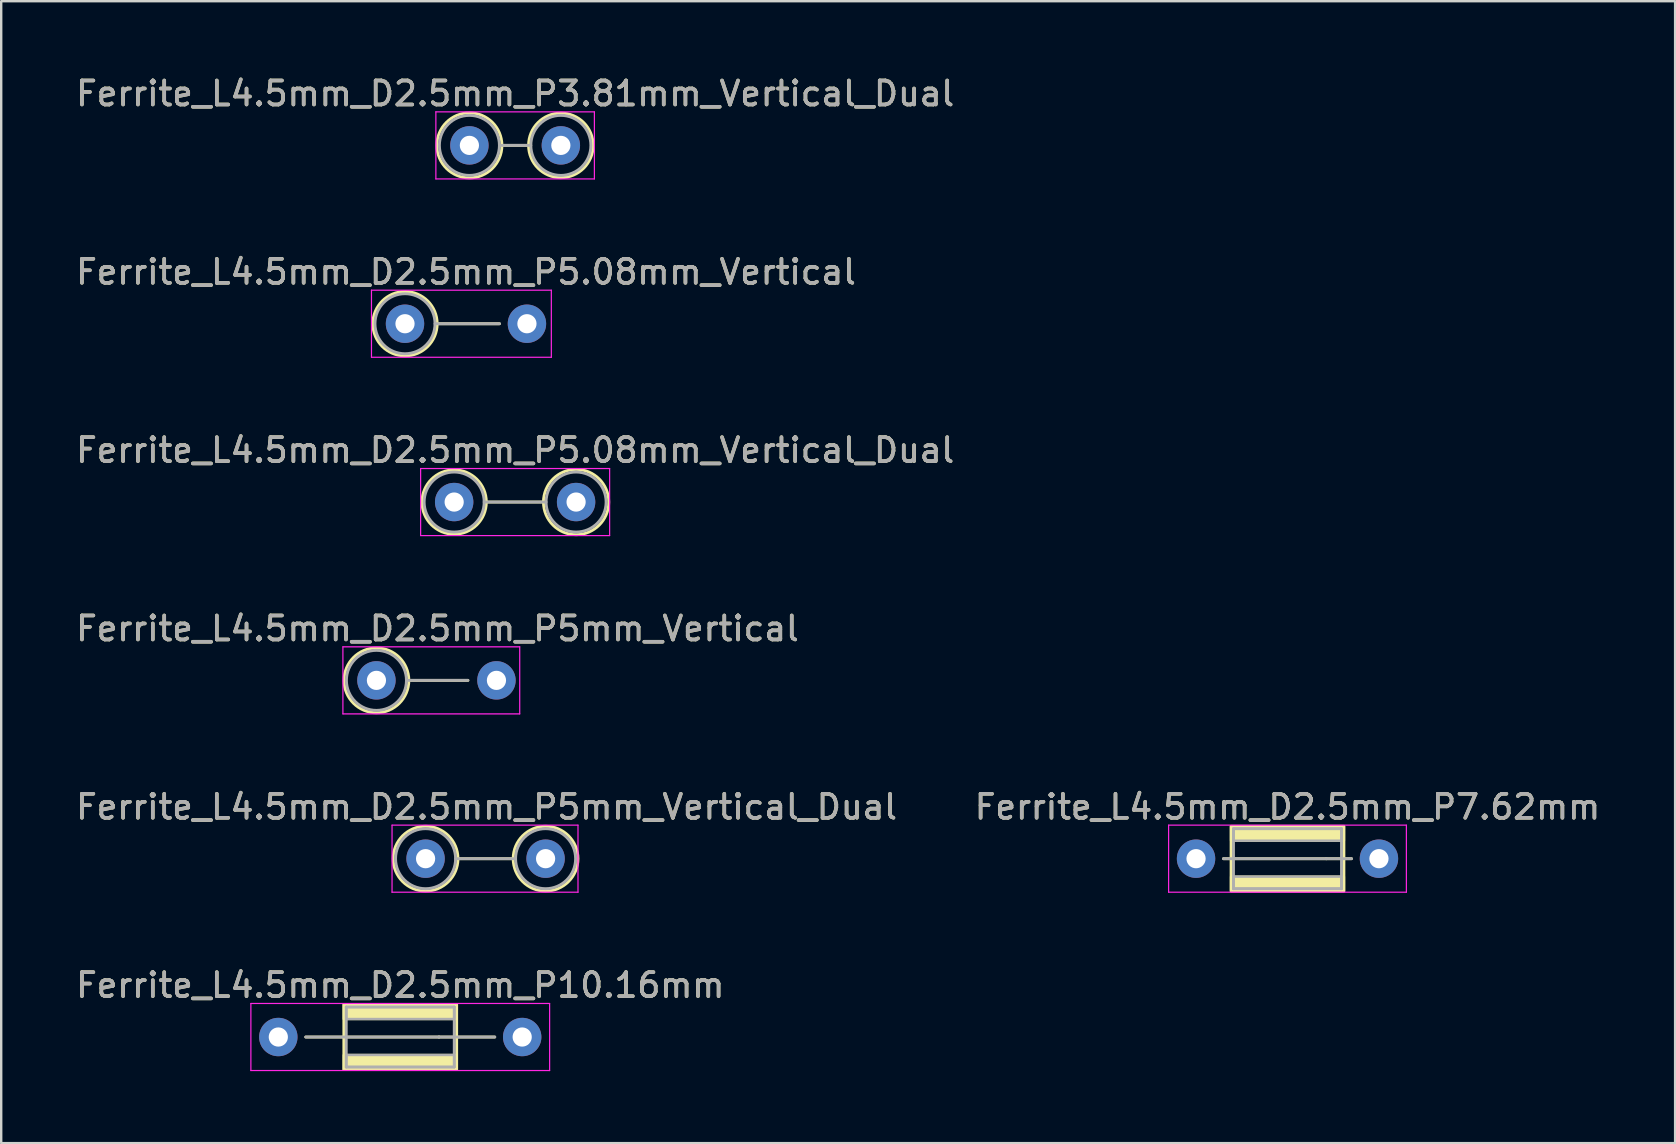
<source format=kicad_pcb>
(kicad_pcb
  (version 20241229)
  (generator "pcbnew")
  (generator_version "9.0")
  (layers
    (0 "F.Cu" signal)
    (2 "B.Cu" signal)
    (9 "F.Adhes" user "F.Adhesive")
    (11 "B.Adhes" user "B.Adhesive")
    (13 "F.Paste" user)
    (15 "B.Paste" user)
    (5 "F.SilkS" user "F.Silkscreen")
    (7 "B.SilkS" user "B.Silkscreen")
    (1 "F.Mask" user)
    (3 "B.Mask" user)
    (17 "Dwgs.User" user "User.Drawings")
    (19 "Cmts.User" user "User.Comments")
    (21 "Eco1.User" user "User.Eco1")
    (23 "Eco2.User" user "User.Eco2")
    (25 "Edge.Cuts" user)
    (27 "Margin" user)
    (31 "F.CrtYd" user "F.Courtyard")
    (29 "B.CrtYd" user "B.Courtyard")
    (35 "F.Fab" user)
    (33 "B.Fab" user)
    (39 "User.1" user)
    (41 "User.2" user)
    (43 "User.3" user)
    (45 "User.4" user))
  (footprint "Ferrite_L4.5mm_D2.5mm_P7.62mm"
    (layer "F.Cu")
    (at 46.779 32.724)
    (property "Reference" "Ferrite_L4.5mm_D2.5mm_P7.62mm" (at 3.81 -2.159 0) (layer "F.SilkS") (effects (font (size 1 1) (thickness 0.15))))
    (fp_line (start 5.424 0.000002) (end 1.143 0) (stroke (width 0.12) (type solid)) (layer "F.SilkS"))
    (fp_line (start 5.424 0.000002) (end 6.477 0) (stroke (width 0.12) (type solid)) (layer "F.SilkS"))
    (fp_rect (start 1.46 -1.35) (end 6.16 1.35) (stroke (width 0.12) (type solid)) (fill no) (layer "F.SilkS"))
    (fp_poly (pts (xy 6.16 -0.75) (xy 1.46 -0.75) (xy 1.46 -1.35) (xy 6.16 -1.35)) (stroke (width 0.1) (type solid)) (fill yes) (layer "F.SilkS"))
    (fp_poly (pts (xy 6.16 1.35) (xy 1.46 1.35) (xy 1.46 0.75) (xy 6.16 0.75)) (stroke (width 0.1) (type solid)) (fill yes) (layer "F.SilkS"))
    (fp_line (start -1.143 -1.397) (end 8.763 -1.397) (stroke (width 0.05) (type solid)) (layer "F.CrtYd"))
    (fp_line (start -1.143 1.397) (end -1.143 -1.397) (stroke (width 0.05) (type solid)) (layer "F.CrtYd"))
    (fp_line (start 8.763 -1.397) (end 8.763 1.397) (stroke (width 0.05) (type solid)) (layer "F.CrtYd"))
    (fp_line (start 8.763 1.397) (end -1.143 1.397) (stroke (width 0.05) (type solid)) (layer "F.CrtYd"))
    (fp_line (start 1.56 -1.25) (end 1.56 0) (stroke (width 0.12) (type solid)) (layer "F.Fab"))
    (fp_line (start 1.56 0) (end 1.56 1.25) (stroke (width 0.12) (type solid)) (layer "F.Fab"))
    (fp_line (start 1.56 1.25) (end 6.06 1.25) (stroke (width 0.12) (type solid)) (layer "F.Fab"))
    (fp_line (start 5.424 0.000002) (end 1.143 0) (stroke (width 0.12) (type solid)) (layer "F.Fab"))
    (fp_line (start 5.424 0.000002) (end 6.477 0) (stroke (width 0.12) (type solid)) (layer "F.Fab"))
    (fp_line (start 6.06 -1.25) (end 1.56 -1.25) (stroke (width 0.12) (type solid)) (layer "F.Fab"))
    (fp_line (start 6.06 1.25) (end 6.06 -1.25) (stroke (width 0.12) (type solid)) (layer "F.Fab"))
    (fp_poly (pts (xy 6.06 -0.75) (xy 1.56 -0.75) (xy 1.56 -1.25) (xy 6.06 -1.25)) (stroke (width 0.1) (type solid)) (fill no) (layer "F.Fab"))
    (fp_poly (pts (xy 6.06 1.25) (xy 1.56 1.25) (xy 1.56 0.75) (xy 6.06 0.75)) (stroke (width 0.1) (type solid)) (fill no) (layer "F.Fab"))
    (fp_text user "${REFERENCE}" (at 3.81 -2.158 0) (layer "F.Fab") (effects (font (size 1 1) (thickness 0.15))))
    (pad "1" thru_hole circle (at 0 0) (size 1.6 1.6) (drill 0.8) (layers "*.Cu" "*.Mask"))
    (pad "2" thru_hole circle (at 7.62 0) (size 1.6 1.6) (drill 0.8) (layers "*.Cu" "*.Mask")))
  (footprint "Ferrite_L4.5mm_D2.5mm_P5.08mm_Vertical"
    (layer "F.Cu")
    (at 13.823 10.437)
    (property "Reference" "Ferrite_L4.5mm_D2.5mm_P5.08mm_Vertical" (at 2.54 -2.159 0) (layer "F.SilkS") (effects (font (size 1 1) (thickness 0.15))))
    (fp_line (start 1.34 0) (end 3.937 0) (stroke (width 0.12) (type solid)) (layer "F.SilkS"))
    (fp_circle (center 0 0) (end 1.34 0) (stroke (width 0.12) (type solid)) (fill no) (layer "F.SilkS"))
    (fp_line (start -1.397 -1.397) (end 6.096 -1.397) (stroke (width 0.05) (type solid)) (layer "F.CrtYd"))
    (fp_line (start -1.397 1.397) (end -1.397 -1.397) (stroke (width 0.05) (type solid)) (layer "F.CrtYd"))
    (fp_line (start 6.096 -1.397) (end 6.096 1.397) (stroke (width 0.05) (type solid)) (layer "F.CrtYd"))
    (fp_line (start 6.096 1.397) (end -1.397 1.397) (stroke (width 0.05) (type solid)) (layer "F.CrtYd"))
    (fp_line (start 1.25 0) (end 3.937 0) (stroke (width 0.12) (type solid)) (layer "F.Fab"))
    (fp_circle (center 0 0) (end 1.25 0) (stroke (width 0.12) (type solid)) (fill no) (layer "F.Fab"))
    (fp_text user "${REFERENCE}" (at 2.54 -2.158 0) (layer "F.Fab") (effects (font (size 1 1) (thickness 0.15))))
    (pad "1" thru_hole circle (at 0 0) (size 1.6 1.6) (drill 0.8) (layers "*.Cu" "*.Mask"))
    (pad "2" thru_hole circle (at 5.08 0) (size 1.6 1.6) (drill 0.8) (layers "*.Cu" "*.Mask")))
  (footprint "Ferrite_L4.5mm_D2.5mm_P10.16mm"
    (layer "F.Cu")
    (at 8.545 40.154)
    (property "Reference" "Ferrite_L4.5mm_D2.5mm_P10.16mm" (at 5.08 -2.159 0) (layer "F.SilkS") (effects (font (size 1 1) (thickness 0.15))))
    (fp_line (start 6.694 0.000002) (end 1.143 0) (stroke (width 0.12) (type solid)) (layer "F.SilkS"))
    (fp_line (start 6.694 0.000002) (end 9.017 0) (stroke (width 0.12) (type solid)) (layer "F.SilkS"))
    (fp_rect (start 2.73 -1.35) (end 7.43 1.35) (stroke (width 0.12) (type solid)) (fill no) (layer "F.SilkS"))
    (fp_poly (pts (xy 7.43 -0.75) (xy 2.73 -0.75) (xy 2.73 -1.35) (xy 7.43 -1.35)) (stroke (width 0.1) (type solid)) (fill yes) (layer "F.SilkS"))
    (fp_poly (pts (xy 7.43 1.35) (xy 2.73 1.35) (xy 2.73 0.75) (xy 7.43 0.75)) (stroke (width 0.1) (type solid)) (fill yes) (layer "F.SilkS"))
    (fp_line (start -1.143 -1.397) (end 11.303 -1.397) (stroke (width 0.05) (type solid)) (layer "F.CrtYd"))
    (fp_line (start -1.143 1.397) (end -1.143 -1.397) (stroke (width 0.05) (type solid)) (layer "F.CrtYd"))
    (fp_line (start 11.303 -1.397) (end 11.303 1.397) (stroke (width 0.05) (type solid)) (layer "F.CrtYd"))
    (fp_line (start 11.303 1.397) (end -1.143 1.397) (stroke (width 0.05) (type solid)) (layer "F.CrtYd"))
    (fp_line (start 2.83 -1.25) (end 2.83 0) (stroke (width 0.12) (type solid)) (layer "F.Fab"))
    (fp_line (start 2.83 0) (end 2.83 1.25) (stroke (width 0.12) (type solid)) (layer "F.Fab"))
    (fp_line (start 2.83 1.25) (end 7.33 1.25) (stroke (width 0.12) (type solid)) (layer "F.Fab"))
    (fp_line (start 6.694 0.000002) (end 1.143 0) (stroke (width 0.12) (type solid)) (layer "F.Fab"))
    (fp_line (start 6.694 0.000002) (end 9.017 0) (stroke (width 0.12) (type solid)) (layer "F.Fab"))
    (fp_line (start 7.33 -1.25) (end 2.83 -1.25) (stroke (width 0.12) (type solid)) (layer "F.Fab"))
    (fp_line (start 7.33 1.25) (end 7.33 -1.25) (stroke (width 0.12) (type solid)) (layer "F.Fab"))
    (fp_poly (pts (xy 7.33 -0.75) (xy 2.83 -0.75) (xy 2.83 -1.25) (xy 7.33 -1.25)) (stroke (width 0.1) (type solid)) (fill no) (layer "F.Fab"))
    (fp_poly (pts (xy 7.33 1.25) (xy 2.83 1.25) (xy 2.83 0.75) (xy 7.33 0.75)) (stroke (width 0.1) (type solid)) (fill no) (layer "F.Fab"))
    (fp_text user "${REFERENCE}" (at 5.08 -2.158 0) (layer "F.Fab") (effects (font (size 1 1) (thickness 0.15))))
    (pad "1" thru_hole circle (at 0 0) (size 1.6 1.6) (drill 0.8) (layers "*.Cu" "*.Mask"))
    (pad "2" thru_hole circle (at 10.16 0) (size 1.6 1.6) (drill 0.8) (layers "*.Cu" "*.Mask")))
  (footprint "Ferrite_L4.5mm_D2.5mm_P5mm_Vertical_Dual"
    (layer "F.Cu")
    (at 14.68 32.724)
    (property "Reference" "Ferrite_L4.5mm_D2.5mm_P5mm_Vertical_Dual" (at 2.54 -2.159 0) (layer "F.SilkS") (effects (font (size 1 1) (thickness 0.15))))
    (fp_line (start 1.35 0) (end 3.65 0) (stroke (width 0.12) (type solid)) (layer "F.SilkS"))
    (fp_circle (center 0 0) (end 1.35 0) (stroke (width 0.12) (type solid)) (fill no) (layer "F.SilkS"))
    (fp_circle (center 5 0) (end 6.35 0) (stroke (width 0.12) (type solid)) (fill no) (layer "F.SilkS"))
    (fp_line (start -1.397 -1.397) (end 6.35 -1.397) (stroke (width 0.05) (type solid)) (layer "F.CrtYd"))
    (fp_line (start -1.397 1.397) (end -1.397 -1.397) (stroke (width 0.05) (type solid)) (layer "F.CrtYd"))
    (fp_line (start 6.35 -1.397) (end 6.35 1.397) (stroke (width 0.05) (type solid)) (layer "F.CrtYd"))
    (fp_line (start 6.35 1.397) (end -1.397 1.397) (stroke (width 0.05) (type solid)) (layer "F.CrtYd"))
    (fp_line (start 1.25 0) (end 3.75 0) (stroke (width 0.12) (type solid)) (layer "F.Fab"))
    (fp_circle (center 0 0) (end 1.25 0) (stroke (width 0.12) (type solid)) (fill no) (layer "F.Fab"))
    (fp_circle (center 5 0) (end 6.25 0) (stroke (width 0.12) (type solid)) (fill no) (layer "F.Fab"))
    (fp_text user "${REFERENCE}" (at 2.54 -2.158 0) (layer "F.Fab") (effects (font (size 1 1) (thickness 0.15))))
    (pad "1" thru_hole circle (at 0 0) (size 1.6 1.6) (drill 0.8) (layers "*.Cu" "*.Mask"))
    (pad "2" thru_hole circle (at 5 0) (size 1.6 1.6) (drill 0.8) (layers "*.Cu" "*.Mask")))
  (footprint "Ferrite_L4.5mm_D2.5mm_P5.08mm_Vertical_Dual"
    (layer "F.Cu")
    (at 15.871 17.866)
    (property "Reference" "Ferrite_L4.5mm_D2.5mm_P5.08mm_Vertical_Dual" (at 2.54 -2.159 0) (layer "F.SilkS") (effects (font (size 1 1) (thickness 0.15))))
    (fp_line (start 1.34 0) (end 3.72 0) (stroke (width 0.12) (type solid)) (layer "F.SilkS"))
    (fp_circle (center 0 0) (end 1.34 0) (stroke (width 0.12) (type solid)) (fill no) (layer "F.SilkS"))
    (fp_circle (center 5.08 0) (end 6.44 0) (stroke (width 0.12) (type solid)) (fill no) (layer "F.SilkS"))
    (fp_line (start -1.397 -1.397) (end 6.477 -1.397) (stroke (width 0.05) (type solid)) (layer "F.CrtYd"))
    (fp_line (start -1.397 1.397) (end -1.397 -1.397) (stroke (width 0.05) (type solid)) (layer "F.CrtYd"))
    (fp_line (start 6.477 -1.397) (end 6.477 1.397) (stroke (width 0.05) (type solid)) (layer "F.CrtYd"))
    (fp_line (start 6.477 1.397) (end -1.397 1.397) (stroke (width 0.05) (type solid)) (layer "F.CrtYd"))
    (fp_line (start 1.25 0) (end 3.83 0) (stroke (width 0.12) (type solid)) (layer "F.Fab"))
    (fp_circle (center 0 0) (end 1.25 0) (stroke (width 0.12) (type solid)) (fill no) (layer "F.Fab"))
    (fp_circle (center 5.08 0) (end 6.33 0) (stroke (width 0.12) (type solid)) (fill no) (layer "F.Fab"))
    (fp_text user "${REFERENCE}" (at 2.54 -2.158 0) (layer "F.Fab") (effects (font (size 1 1) (thickness 0.15))))
    (pad "1" thru_hole circle (at 0 0) (size 1.6 1.6) (drill 0.8) (layers "*.Cu" "*.Mask"))
    (pad "2" thru_hole circle (at 5.08 0) (size 1.6 1.6) (drill 0.8) (layers "*.Cu" "*.Mask")))
  (footprint "Ferrite_L4.5mm_D2.5mm_P3.81mm_Vertical_Dual"
    (layer "F.Cu")
    (at 16.506 3.007)
    (property "Reference" "Ferrite_L4.5mm_D2.5mm_P3.81mm_Vertical_Dual" (at 1.905 -2.159 0) (layer "F.SilkS") (effects (font (size 1 1) (thickness 0.15))))
    (fp_line (start 1.355 0) (end 2.465 0) (stroke (width 0.12) (type solid)) (layer "F.SilkS"))
    (fp_circle (center 0 0) (end 1.355 0) (stroke (width 0.12) (type solid)) (fill no) (layer "F.SilkS"))
    (fp_circle (center 3.81 0) (end 5.155 0) (stroke (width 0.12) (type solid)) (fill no) (layer "F.SilkS"))
    (fp_line (start -1.397 -1.397) (end 5.207 -1.397) (stroke (width 0.05) (type solid)) (layer "F.CrtYd"))
    (fp_line (start -1.397 1.397) (end -1.397 -1.397) (stroke (width 0.05) (type solid)) (layer "F.CrtYd"))
    (fp_line (start 5.207 -1.397) (end 5.207 1.397) (stroke (width 0.05) (type solid)) (layer "F.CrtYd"))
    (fp_line (start 5.207 1.397) (end -1.397 1.397) (stroke (width 0.05) (type solid)) (layer "F.CrtYd"))
    (fp_line (start 1.25 0) (end 2.56 0) (stroke (width 0.12) (type solid)) (layer "F.Fab"))
    (fp_circle (center 0 0) (end 1.25 0) (stroke (width 0.12) (type solid)) (fill no) (layer "F.Fab"))
    (fp_circle (center 3.81 0) (end 5.06 0) (stroke (width 0.12) (type solid)) (fill no) (layer "F.Fab"))
    (fp_text user "${REFERENCE}" (at 1.905 -2.158 0) (layer "F.Fab") (effects (font (size 1 1) (thickness 0.15))))
    (pad "1" thru_hole circle (at 0 0) (size 1.6 1.6) (drill 0.8) (layers "*.Cu" "*.Mask"))
    (pad "2" thru_hole circle (at 3.81 0) (size 1.6 1.6) (drill 0.8) (layers "*.Cu" "*.Mask")))
  (footprint "Ferrite_L4.5mm_D2.5mm_P5mm_Vertical"
    (layer "F.Cu")
    (at 12.633 25.295)
    (property "Reference" "Ferrite_L4.5mm_D2.5mm_P5mm_Vertical" (at 2.54 -2.159 0) (layer "F.SilkS") (effects (font (size 1 1) (thickness 0.15))))
    (fp_line (start 1.35 0) (end 3.81 0) (stroke (width 0.12) (type solid)) (layer "F.SilkS"))
    (fp_circle (center 0 0) (end 1.35 0) (stroke (width 0.12) (type solid)) (fill no) (layer "F.SilkS"))
    (fp_line (start -1.397 -1.397) (end 5.969 -1.397) (stroke (width 0.05) (type solid)) (layer "F.CrtYd"))
    (fp_line (start -1.397 1.397) (end -1.397 -1.397) (stroke (width 0.05) (type solid)) (layer "F.CrtYd"))
    (fp_line (start 5.969 -1.397) (end 5.969 1.397) (stroke (width 0.05) (type solid)) (layer "F.CrtYd"))
    (fp_line (start 5.969 1.397) (end -1.397 1.397) (stroke (width 0.05) (type solid)) (layer "F.CrtYd"))
    (fp_line (start 1.25 0) (end 3.81 0) (stroke (width 0.12) (type solid)) (layer "F.Fab"))
    (fp_circle (center 0 0) (end 1.25 0) (stroke (width 0.12) (type solid)) (fill no) (layer "F.Fab"))
    (fp_text user "${REFERENCE}" (at 2.54 -2.158 0) (layer "F.Fab") (effects (font (size 1 1) (thickness 0.15))))
    (pad "1" thru_hole circle (at 0 0) (size 1.6 1.6) (drill 0.8) (layers "*.Cu" "*.Mask"))
    (pad "2" thru_hole circle (at 5 0) (size 1.6 1.6) (drill 0.8) (layers "*.Cu" "*.Mask")))
  (gr_rect
    (start -3 -3)
    (end 66.738 44.575)
    (stroke (width 0.1) (type default))
    (fill no)
    (layer "Edge.Cuts")))
</source>
